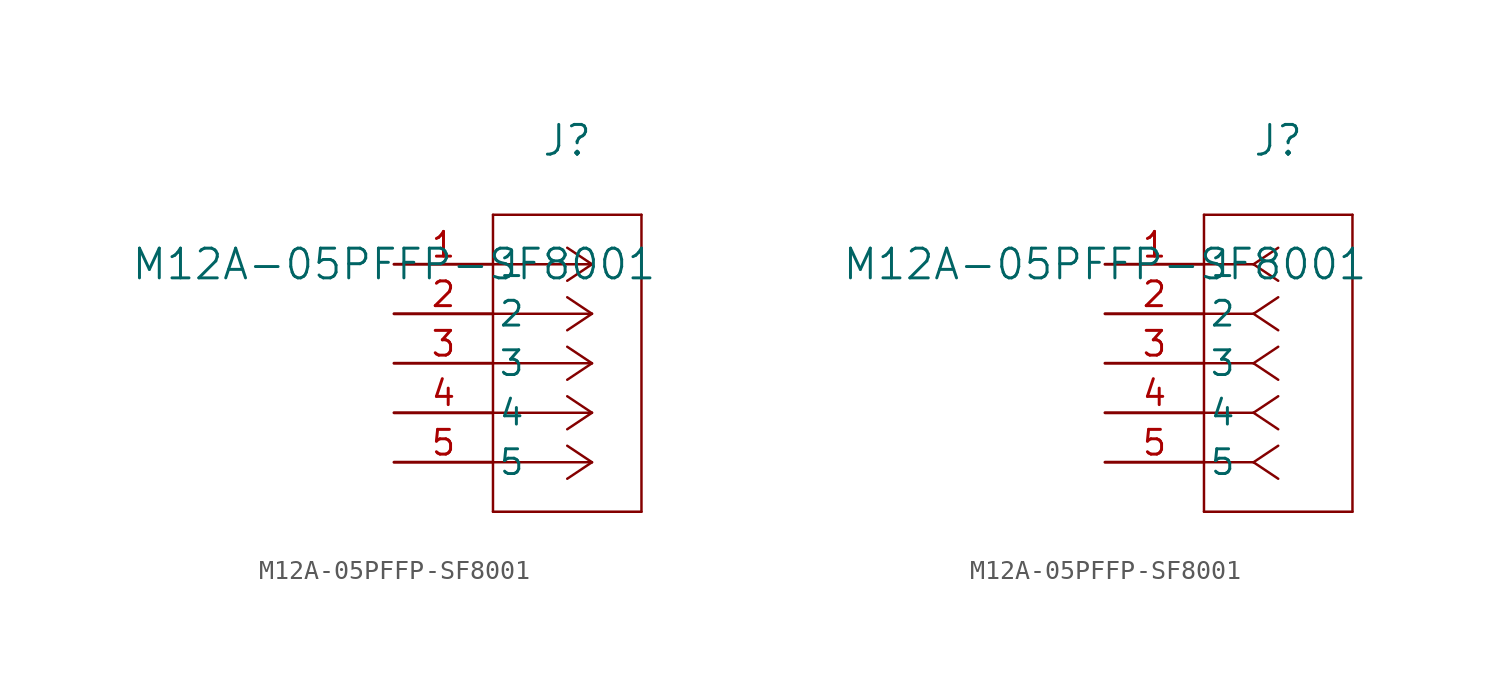
<source format=kicad_sym>
(kicad_symbol_lib
  (version 20211014)
  (generator kicad_symbol_editor)
  (symbol "M12A-05PFFP-SF8001"
    (pin_names
      (offset 0.254))
    (property "Reference" "J"
      (at 8.89 6.35 0)
      (effects (font (size 1.524 1.524))))
    (property "Value" "M12A-05PFFP-SF8001"
      (at 0 0 0)
      (effects (font (size 1.524 1.524))))
    (symbol "M12A-05PFFP-SF8001_1_1"
      (polyline (pts (xy 10.16 0) (xy 5.08 0)) (stroke (width 0.127) (type default) (color 0 0 0 0)) (fill (type none)))
      (polyline (pts (xy 10.16 -2.54) (xy 5.08 -2.54)) (stroke (width 0.127) (type default) (color 0 0 0 0)) (fill (type none)))
      (polyline (pts (xy 10.16 -5.08) (xy 5.08 -5.08)) (stroke (width 0.127) (type default) (color 0 0 0 0)) (fill (type none)))
      (polyline (pts (xy 10.16 -7.62) (xy 5.08 -7.62)) (stroke (width 0.127) (type default) (color 0 0 0 0)) (fill (type none)))
      (polyline (pts (xy 10.16 -10.16) (xy 5.08 -10.16)) (stroke (width 0.127) (type default) (color 0 0 0 0)) (fill (type none)))
      (polyline (pts (xy 10.16 0) (xy 8.89 0.847)) (stroke (width 0.127) (type default) (color 0 0 0 0)) (fill (type none)))
      (polyline (pts (xy 10.16 -2.54) (xy 8.89 -1.693)) (stroke (width 0.127) (type default) (color 0 0 0 0)) (fill (type none)))
      (polyline (pts (xy 10.16 -5.08) (xy 8.89 -4.233)) (stroke (width 0.127) (type default) (color 0 0 0 0)) (fill (type none)))
      (polyline (pts (xy 10.16 -7.62) (xy 8.89 -6.773)) (stroke (width 0.127) (type default) (color 0 0 0 0)) (fill (type none)))
      (polyline (pts (xy 10.16 -10.16) (xy 8.89 -9.313)) (stroke (width 0.127) (type default) (color 0 0 0 0)) (fill (type none)))
      (polyline (pts (xy 10.16 0) (xy 8.89 -0.847)) (stroke (width 0.127) (type default) (color 0 0 0 0)) (fill (type none)))
      (polyline (pts (xy 10.16 -2.54) (xy 8.89 -3.387)) (stroke (width 0.127) (type default) (color 0 0 0 0)) (fill (type none)))
      (polyline (pts (xy 10.16 -5.08) (xy 8.89 -5.927)) (stroke (width 0.127) (type default) (color 0 0 0 0)) (fill (type none)))
      (polyline (pts (xy 10.16 -7.62) (xy 8.89 -8.467)) (stroke (width 0.127) (type default) (color 0 0 0 0)) (fill (type none)))
      (polyline (pts (xy 10.16 -10.16) (xy 8.89 -11.007)) (stroke (width 0.127) (type default) (color 0 0 0 0)) (fill (type none)))
      (polyline (pts (xy 5.08 2.54) (xy 5.08 -12.7)) (stroke (width 0.127) (type default) (color 0 0 0 0)) (fill (type none)))
      (polyline (pts (xy 5.08 -12.7) (xy 12.7 -12.7)) (stroke (width 0.127) (type default) (color 0 0 0 0)) (fill (type none)))
      (polyline (pts (xy 12.7 -12.7) (xy 12.7 2.54)) (stroke (width 0.127) (type default) (color 0 0 0 0)) (fill (type none)))
      (polyline (pts (xy 12.7 2.54) (xy 5.08 2.54)) (stroke (width 0.127) (type default) (color 0 0 0 0)) (fill (type none)))
      (pin unspecified line (at 0 0 0) (length 5.08) (name "1" (effects (font (size 1.27 1.27)))) (number "1" (effects (font (size 1.27 1.27)))))
      (pin unspecified line (at 0 -2.54 0) (length 5.08) (name "2" (effects (font (size 1.27 1.27)))) (number "2" (effects (font (size 1.27 1.27)))))
      (pin unspecified line (at 0 -5.08 0) (length 5.08) (name "3" (effects (font (size 1.27 1.27)))) (number "3" (effects (font (size 1.27 1.27)))))
      (pin unspecified line (at 0 -7.62 0) (length 5.08) (name "4" (effects (font (size 1.27 1.27)))) (number "4" (effects (font (size 1.27 1.27)))))
      (pin unspecified line (at 0 -10.16 0) (length 5.08) (name "5" (effects (font (size 1.27 1.27)))) (number "5" (effects (font (size 1.27 1.27))))))
    (symbol "M12A-05PFFP-SF8001_1_2"
      (polyline (pts (xy 7.62 0) (xy 5.08 0)) (stroke (width 0.127) (type default) (color 0 0 0 0)) (fill (type none)))
      (polyline (pts (xy 7.62 -2.54) (xy 5.08 -2.54)) (stroke (width 0.127) (type default) (color 0 0 0 0)) (fill (type none)))
      (polyline (pts (xy 7.62 -5.08) (xy 5.08 -5.08)) (stroke (width 0.127) (type default) (color 0 0 0 0)) (fill (type none)))
      (polyline (pts (xy 7.62 -7.62) (xy 5.08 -7.62)) (stroke (width 0.127) (type default) (color 0 0 0 0)) (fill (type none)))
      (polyline (pts (xy 7.62 -10.16) (xy 5.08 -10.16)) (stroke (width 0.127) (type default) (color 0 0 0 0)) (fill (type none)))
      (polyline (pts (xy 7.62 0) (xy 8.89 0.847)) (stroke (width 0.127) (type default) (color 0 0 0 0)) (fill (type none)))
      (polyline (pts (xy 7.62 -2.54) (xy 8.89 -1.693)) (stroke (width 0.127) (type default) (color 0 0 0 0)) (fill (type none)))
      (polyline (pts (xy 7.62 -5.08) (xy 8.89 -4.233)) (stroke (width 0.127) (type default) (color 0 0 0 0)) (fill (type none)))
      (polyline (pts (xy 7.62 -7.62) (xy 8.89 -6.773)) (stroke (width 0.127) (type default) (color 0 0 0 0)) (fill (type none)))
      (polyline (pts (xy 7.62 -10.16) (xy 8.89 -9.313)) (stroke (width 0.127) (type default) (color 0 0 0 0)) (fill (type none)))
      (polyline (pts (xy 7.62 0) (xy 8.89 -0.847)) (stroke (width 0.127) (type default) (color 0 0 0 0)) (fill (type none)))
      (polyline (pts (xy 7.62 -2.54) (xy 8.89 -3.387)) (stroke (width 0.127) (type default) (color 0 0 0 0)) (fill (type none)))
      (polyline (pts (xy 7.62 -5.08) (xy 8.89 -5.927)) (stroke (width 0.127) (type default) (color 0 0 0 0)) (fill (type none)))
      (polyline (pts (xy 7.62 -7.62) (xy 8.89 -8.467)) (stroke (width 0.127) (type default) (color 0 0 0 0)) (fill (type none)))
      (polyline (pts (xy 7.62 -10.16) (xy 8.89 -11.007)) (stroke (width 0.127) (type default) (color 0 0 0 0)) (fill (type none)))
      (polyline (pts (xy 5.08 2.54) (xy 5.08 -12.7)) (stroke (width 0.127) (type default) (color 0 0 0 0)) (fill (type none)))
      (polyline (pts (xy 5.08 -12.7) (xy 12.7 -12.7)) (stroke (width 0.127) (type default) (color 0 0 0 0)) (fill (type none)))
      (polyline (pts (xy 12.7 -12.7) (xy 12.7 2.54)) (stroke (width 0.127) (type default) (color 0 0 0 0)) (fill (type none)))
      (polyline (pts (xy 12.7 2.54) (xy 5.08 2.54)) (stroke (width 0.127) (type default) (color 0 0 0 0)) (fill (type none)))
      (pin unspecified line (at 0 0 0) (length 5.08) (name "1" (effects (font (size 1.27 1.27)))) (number "1" (effects (font (size 1.27 1.27)))))
      (pin unspecified line (at 0 -2.54 0) (length 5.08) (name "2" (effects (font (size 1.27 1.27)))) (number "2" (effects (font (size 1.27 1.27)))))
      (pin unspecified line (at 0 -5.08 0) (length 5.08) (name "3" (effects (font (size 1.27 1.27)))) (number "3" (effects (font (size 1.27 1.27)))))
      (pin unspecified line (at 0 -7.62 0) (length 5.08) (name "4" (effects (font (size 1.27 1.27)))) (number "4" (effects (font (size 1.27 1.27)))))
      (pin unspecified line (at 0 -10.16 0) (length 5.08) (name "5" (effects (font (size 1.27 1.27)))) (number "5" (effects (font (size 1.27 1.27))))))))
</source>
